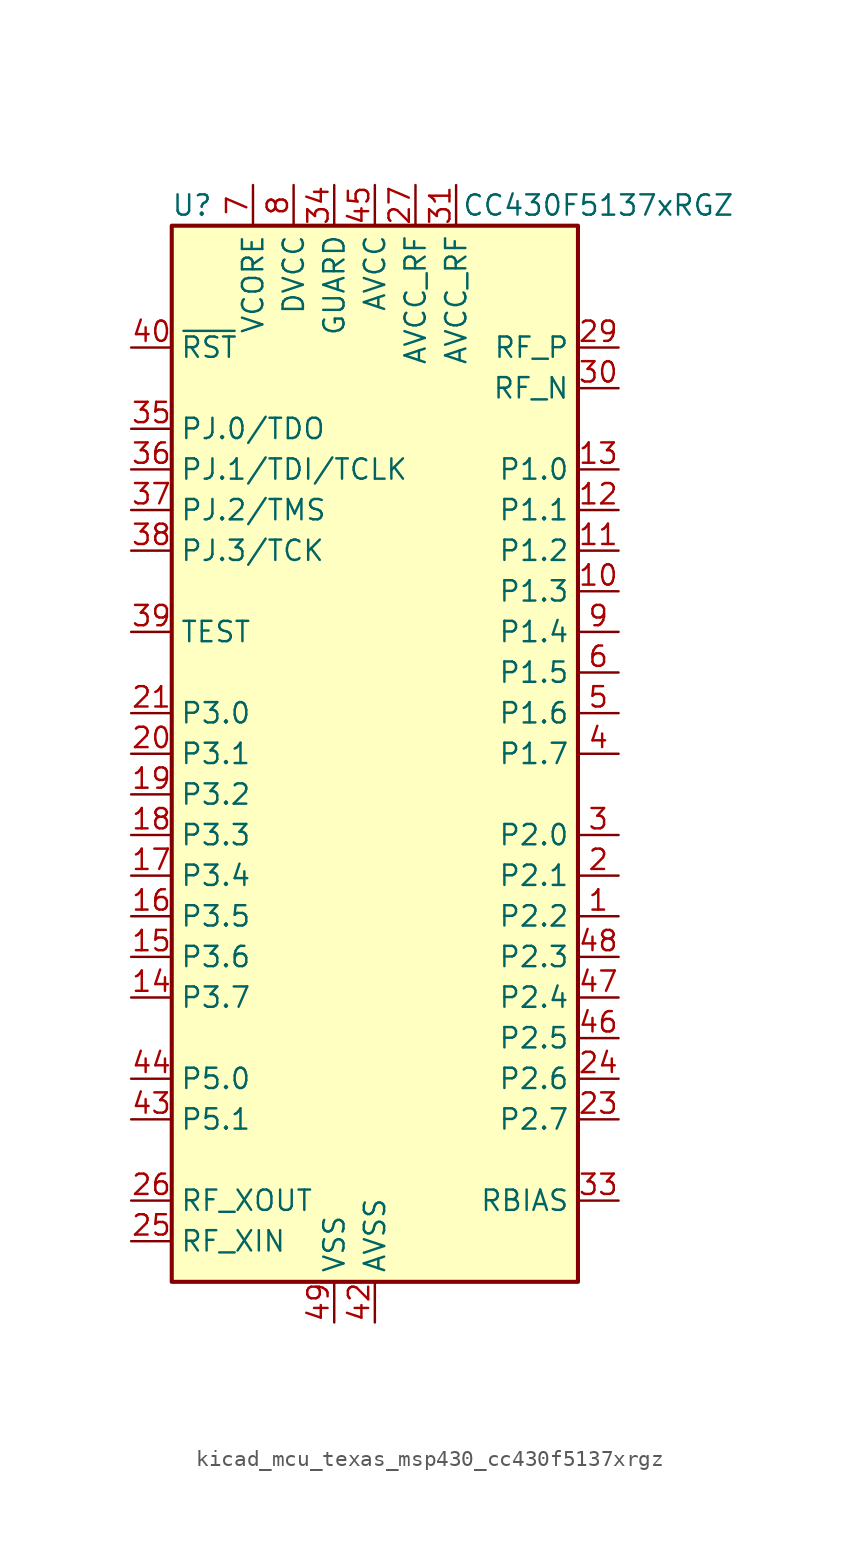
<source format=kicad_sym>
(kicad_symbol_lib
  (version 20220914)
  (generator kicad_symbol_editor)
  (symbol "kicad_mcu_texas_msp430_cc430f5137xrgz"
    (property "Reference" "U"
      (at -11.43 34.29 0)
      (effects (font (size 1.27 1.27))))
    (property "Value" "CC430F5137xRGZ"
      (at 13.97 34.29 0)
      (effects (font (size 1.27 1.27))))
    (symbol "kicad_mcu_texas_msp430_cc430f5137xrgz_0_1"
      (rectangle (start -12.7 33.02) (end 12.7 -33.02) (stroke (width 0.254) (type default)) (fill (type background))))
    (symbol "kicad_mcu_texas_msp430_cc430f5137xrgz_1_1"
      (pin bidirectional line (at 15.24 -10.16 180) (length 2.54) (name "P2.2" (effects (font (size 1.27 1.27)))) (number "1" (effects (font (size 1.27 1.27)))))
      (pin bidirectional line (at 15.24 10.16 180) (length 2.54) (name "P1.3" (effects (font (size 1.27 1.27)))) (number "10" (effects (font (size 1.27 1.27)))))
      (pin bidirectional line (at 15.24 12.7 180) (length 2.54) (name "P1.2" (effects (font (size 1.27 1.27)))) (number "11" (effects (font (size 1.27 1.27)))))
      (pin bidirectional line (at 15.24 15.24 180) (length 2.54) (name "P1.1" (effects (font (size 1.27 1.27)))) (number "12" (effects (font (size 1.27 1.27)))))
      (pin bidirectional line (at 15.24 17.78 180) (length 2.54) (name "P1.0" (effects (font (size 1.27 1.27)))) (number "13" (effects (font (size 1.27 1.27)))))
      (pin bidirectional line (at -15.24 -15.24 0) (length 2.54) (name "P3.7" (effects (font (size 1.27 1.27)))) (number "14" (effects (font (size 1.27 1.27)))))
      (pin bidirectional line (at -15.24 -12.7 0) (length 2.54) (name "P3.6" (effects (font (size 1.27 1.27)))) (number "15" (effects (font (size 1.27 1.27)))))
      (pin bidirectional line (at -15.24 -10.16 0) (length 2.54) (name "P3.5" (effects (font (size 1.27 1.27)))) (number "16" (effects (font (size 1.27 1.27)))))
      (pin bidirectional line (at -15.24 -7.62 0) (length 2.54) (name "P3.4" (effects (font (size 1.27 1.27)))) (number "17" (effects (font (size 1.27 1.27)))))
      (pin bidirectional line (at -15.24 -5.08 0) (length 2.54) (name "P3.3" (effects (font (size 1.27 1.27)))) (number "18" (effects (font (size 1.27 1.27)))))
      (pin bidirectional line (at -15.24 -2.54 0) (length 2.54) (name "P3.2" (effects (font (size 1.27 1.27)))) (number "19" (effects (font (size 1.27 1.27)))))
      (pin bidirectional line (at 15.24 -7.62 180) (length 2.54) (name "P2.1" (effects (font (size 1.27 1.27)))) (number "2" (effects (font (size 1.27 1.27)))))
      (pin bidirectional line (at -15.24 0 0) (length 2.54) (name "P3.1" (effects (font (size 1.27 1.27)))) (number "20" (effects (font (size 1.27 1.27)))))
      (pin bidirectional line (at -15.24 2.54 0) (length 2.54) (name "P3.0" (effects (font (size 1.27 1.27)))) (number "21" (effects (font (size 1.27 1.27)))))
      (pin passive line (at -5.08 35.56 270) (length 2.54) hide (name "DVCC" (effects (font (size 1.27 1.27)))) (number "22" (effects (font (size 1.27 1.27)))))
      (pin bidirectional line (at 15.24 -22.86 180) (length 2.54) (name "P2.7" (effects (font (size 1.27 1.27)))) (number "23" (effects (font (size 1.27 1.27)))))
      (pin bidirectional line (at 15.24 -20.32 180) (length 2.54) (name "P2.6" (effects (font (size 1.27 1.27)))) (number "24" (effects (font (size 1.27 1.27)))))
      (pin input line (at -15.24 -30.48 0) (length 2.54) (name "RF_XIN" (effects (font (size 1.27 1.27)))) (number "25" (effects (font (size 1.27 1.27)))))
      (pin output line (at -15.24 -27.94 0) (length 2.54) (name "RF_XOUT" (effects (font (size 1.27 1.27)))) (number "26" (effects (font (size 1.27 1.27)))))
      (pin power_in line (at 2.54 35.56 270) (length 2.54) (name "AVCC_RF" (effects (font (size 1.27 1.27)))) (number "27" (effects (font (size 1.27 1.27)))))
      (pin passive line (at 2.54 35.56 270) (length 2.54) hide (name "AVCC_RF" (effects (font (size 1.27 1.27)))) (number "28" (effects (font (size 1.27 1.27)))))
      (pin passive line (at 15.24 25.4 180) (length 2.54) (name "RF_P" (effects (font (size 1.27 1.27)))) (number "29" (effects (font (size 1.27 1.27)))))
      (pin bidirectional line (at 15.24 -5.08 180) (length 2.54) (name "P2.0" (effects (font (size 1.27 1.27)))) (number "3" (effects (font (size 1.27 1.27)))))
      (pin passive line (at 15.24 22.86 180) (length 2.54) (name "RF_N" (effects (font (size 1.27 1.27)))) (number "30" (effects (font (size 1.27 1.27)))))
      (pin power_in line (at 5.08 35.56 270) (length 2.54) (name "AVCC_RF" (effects (font (size 1.27 1.27)))) (number "31" (effects (font (size 1.27 1.27)))))
      (pin passive line (at 5.08 35.56 270) (length 2.54) hide (name "AVCC_RF" (effects (font (size 1.27 1.27)))) (number "32" (effects (font (size 1.27 1.27)))))
      (pin passive line (at 15.24 -27.94 180) (length 2.54) (name "RBIAS" (effects (font (size 1.27 1.27)))) (number "33" (effects (font (size 1.27 1.27)))))
      (pin power_in line (at -2.54 35.56 270) (length 2.54) (name "GUARD" (effects (font (size 1.27 1.27)))) (number "34" (effects (font (size 1.27 1.27)))))
      (pin bidirectional line (at -15.24 20.32 0) (length 2.54) (name "PJ.0/TDO" (effects (font (size 1.27 1.27)))) (number "35" (effects (font (size 1.27 1.27)))))
      (pin bidirectional line (at -15.24 17.78 0) (length 2.54) (name "PJ.1/TDI/TCLK" (effects (font (size 1.27 1.27)))) (number "36" (effects (font (size 1.27 1.27)))))
      (pin bidirectional line (at -15.24 15.24 0) (length 2.54) (name "PJ.2/TMS" (effects (font (size 1.27 1.27)))) (number "37" (effects (font (size 1.27 1.27)))))
      (pin bidirectional line (at -15.24 12.7 0) (length 2.54) (name "PJ.3/TCK" (effects (font (size 1.27 1.27)))) (number "38" (effects (font (size 1.27 1.27)))))
      (pin bidirectional line (at -15.24 7.62 0) (length 2.54) (name "TEST" (effects (font (size 1.27 1.27)))) (number "39" (effects (font (size 1.27 1.27)))))
      (pin bidirectional line (at 15.24 0 180) (length 2.54) (name "P1.7" (effects (font (size 1.27 1.27)))) (number "4" (effects (font (size 1.27 1.27)))))
      (pin input line (at -15.24 25.4 0) (length 2.54) (name "~{RST}" (effects (font (size 1.27 1.27)))) (number "40" (effects (font (size 1.27 1.27)))))
      (pin passive line (at -5.08 35.56 270) (length 2.54) hide (name "DVCC" (effects (font (size 1.27 1.27)))) (number "41" (effects (font (size 1.27 1.27)))))
      (pin power_in line (at 0 -35.56 90) (length 2.54) (name "AVSS" (effects (font (size 1.27 1.27)))) (number "42" (effects (font (size 1.27 1.27)))))
      (pin bidirectional line (at -15.24 -22.86 0) (length 2.54) (name "P5.1" (effects (font (size 1.27 1.27)))) (number "43" (effects (font (size 1.27 1.27)))))
      (pin bidirectional line (at -15.24 -20.32 0) (length 2.54) (name "P5.0" (effects (font (size 1.27 1.27)))) (number "44" (effects (font (size 1.27 1.27)))))
      (pin power_in line (at 0 35.56 270) (length 2.54) (name "AVCC" (effects (font (size 1.27 1.27)))) (number "45" (effects (font (size 1.27 1.27)))))
      (pin bidirectional line (at 15.24 -17.78 180) (length 2.54) (name "P2.5" (effects (font (size 1.27 1.27)))) (number "46" (effects (font (size 1.27 1.27)))))
      (pin bidirectional line (at 15.24 -15.24 180) (length 2.54) (name "P2.4" (effects (font (size 1.27 1.27)))) (number "47" (effects (font (size 1.27 1.27)))))
      (pin bidirectional line (at 15.24 -12.7 180) (length 2.54) (name "P2.3" (effects (font (size 1.27 1.27)))) (number "48" (effects (font (size 1.27 1.27)))))
      (pin power_in line (at -2.54 -35.56 90) (length 2.54) (name "VSS" (effects (font (size 1.27 1.27)))) (number "49" (effects (font (size 1.27 1.27)))))
      (pin bidirectional line (at 15.24 2.54 180) (length 2.54) (name "P1.6" (effects (font (size 1.27 1.27)))) (number "5" (effects (font (size 1.27 1.27)))))
      (pin bidirectional line (at 15.24 5.08 180) (length 2.54) (name "P1.5" (effects (font (size 1.27 1.27)))) (number "6" (effects (font (size 1.27 1.27)))))
      (pin power_in line (at -7.62 35.56 270) (length 2.54) (name "VCORE" (effects (font (size 1.27 1.27)))) (number "7" (effects (font (size 1.27 1.27)))))
      (pin power_in line (at -5.08 35.56 270) (length 2.54) (name "DVCC" (effects (font (size 1.27 1.27)))) (number "8" (effects (font (size 1.27 1.27)))))
      (pin bidirectional line (at 15.24 7.62 180) (length 2.54) (name "P1.4" (effects (font (size 1.27 1.27)))) (number "9" (effects (font (size 1.27 1.27))))))))
</source>
